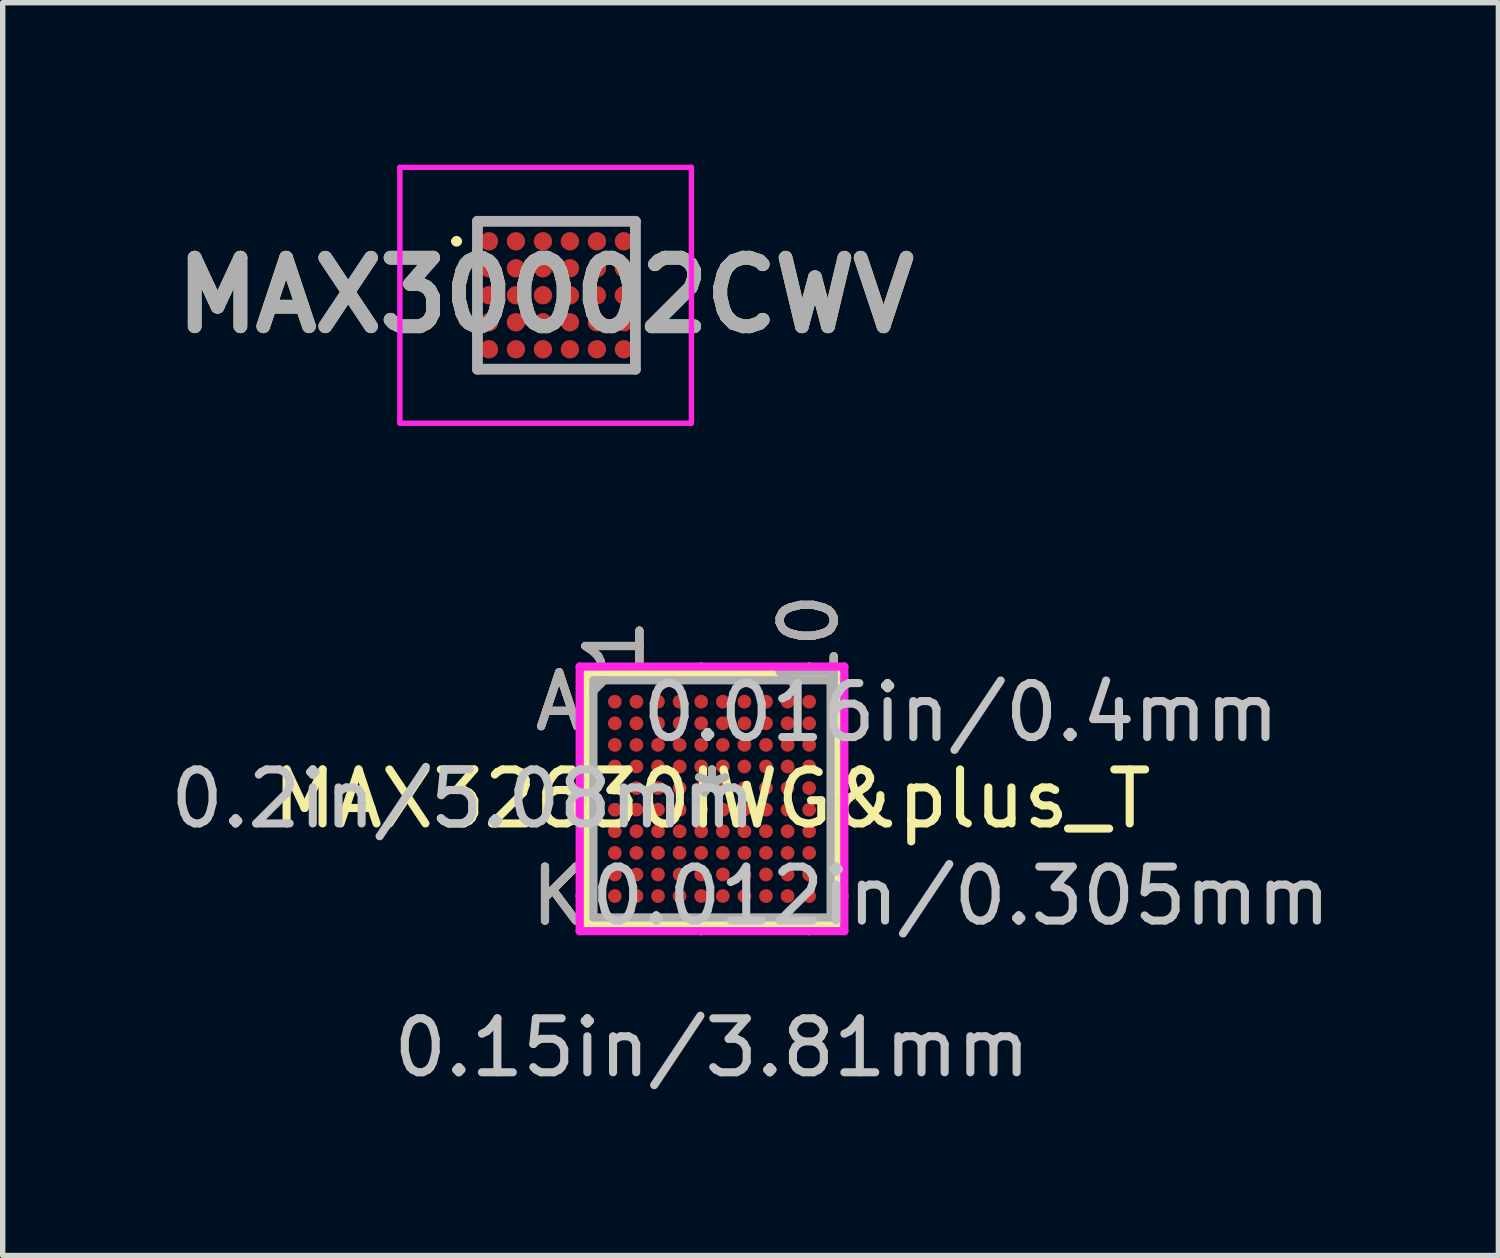
<source format=kicad_pcb>
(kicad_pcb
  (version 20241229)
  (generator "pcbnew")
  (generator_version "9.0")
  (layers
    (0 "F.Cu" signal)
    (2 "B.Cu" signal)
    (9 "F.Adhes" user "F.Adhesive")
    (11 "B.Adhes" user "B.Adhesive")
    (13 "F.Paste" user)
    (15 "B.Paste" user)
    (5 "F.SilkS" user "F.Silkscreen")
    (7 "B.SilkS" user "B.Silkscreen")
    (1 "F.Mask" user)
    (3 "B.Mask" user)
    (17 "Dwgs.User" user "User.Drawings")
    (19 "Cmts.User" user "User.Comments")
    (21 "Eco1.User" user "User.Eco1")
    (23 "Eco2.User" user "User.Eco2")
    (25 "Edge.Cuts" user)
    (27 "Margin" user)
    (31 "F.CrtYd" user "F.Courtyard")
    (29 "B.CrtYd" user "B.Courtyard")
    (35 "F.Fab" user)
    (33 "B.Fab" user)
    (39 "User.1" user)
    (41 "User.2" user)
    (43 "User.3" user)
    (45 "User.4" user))
  (footprint "MAX30002CWV"
    (layer "F.Cu")
    (at 7.258 2.42)
    (property "Reference" "MAX30002CWV" (at -0.2 0 0) (layer "F.SilkS") (effects (font (size 1.27 1.27) (thickness 0.254))))
    (attr smd)
    (fp_line (start -1.9 -1) (end -1.9 -1) (stroke (width 0.1) (type solid)) (layer "F.SilkS"))
    (fp_line (start -1.8 -1) (end -1.8 -1) (stroke (width 0.1) (type solid)) (layer "F.SilkS"))
    (fp_line (start -1.5 -1.37) (end 1.463 -1.37) (stroke (width 0.1) (type solid)) (layer "F.SilkS"))
    (fp_line (start -1.463 1.37) (end 1.5 1.37) (stroke (width 0.1) (type solid)) (layer "F.SilkS"))
    (fp_arc (start -1.9 -1) (mid -1.85 -1.05) (end -1.8 -1) (stroke (width 0.1) (type solid)) (layer "F.SilkS"))
    (fp_arc (start -1.8 -1) (mid -1.85 -0.95) (end -1.9 -1) (stroke (width 0.1) (type solid)) (layer "F.SilkS"))
    (fp_line (start -2.9 -2.37) (end 2.5 -2.37) (stroke (width 0.1) (type solid)) (layer "F.CrtYd"))
    (fp_line (start -2.9 2.37) (end -2.9 -2.37) (stroke (width 0.1) (type solid)) (layer "F.CrtYd"))
    (fp_line (start 2.5 -2.37) (end 2.5 2.37) (stroke (width 0.1) (type solid)) (layer "F.CrtYd"))
    (fp_line (start 2.5 2.37) (end -2.9 2.37) (stroke (width 0.1) (type solid)) (layer "F.CrtYd"))
    (fp_line (start -1.463 -1.37) (end 1.463 -1.37) (stroke (width 0.2) (type solid)) (layer "F.Fab"))
    (fp_line (start -1.463 1.37) (end -1.463 -1.37) (stroke (width 0.2) (type solid)) (layer "F.Fab"))
    (fp_line (start 1.463 -1.37) (end 1.463 1.37) (stroke (width 0.2) (type solid)) (layer "F.Fab"))
    (fp_line (start 1.463 1.37) (end -1.463 1.37) (stroke (width 0.2) (type solid)) (layer "F.Fab"))
    (fp_text user "${REFERENCE}" (at -0.2 0 0) (layer "F.Fab") (effects (font (size 1.27 1.27) (thickness 0.254))))
    (pad "A1" smd circle (at -1.25 -1 90) (size 0.34 0.34) (layers "F.Cu" "F.Mask" "F.Paste"))
    (pad "A2" smd circle (at -0.75 -1 90) (size 0.34 0.34) (layers "F.Cu" "F.Mask" "F.Paste"))
    (pad "A3" smd circle (at -0.25 -1 90) (size 0.34 0.34) (layers "F.Cu" "F.Mask" "F.Paste"))
    (pad "A4" smd circle (at 0.25 -1 90) (size 0.34 0.34) (layers "F.Cu" "F.Mask" "F.Paste"))
    (pad "A5" smd circle (at 0.75 -1 90) (size 0.34 0.34) (layers "F.Cu" "F.Mask" "F.Paste"))
    (pad "A6" smd circle (at 1.25 -1 90) (size 0.34 0.34) (layers "F.Cu" "F.Mask" "F.Paste"))
    (pad "B1" smd circle (at -1.25 -0.5 90) (size 0.34 0.34) (layers "F.Cu" "F.Mask" "F.Paste"))
    (pad "B2" smd circle (at -0.75 -0.5 90) (size 0.34 0.34) (layers "F.Cu" "F.Mask" "F.Paste"))
    (pad "B3" smd circle (at -0.25 -0.5 90) (size 0.34 0.34) (layers "F.Cu" "F.Mask" "F.Paste"))
    (pad "B4" smd circle (at 0.25 -0.5 90) (size 0.34 0.34) (layers "F.Cu" "F.Mask" "F.Paste"))
    (pad "B5" smd circle (at 0.75 -0.5 90) (size 0.34 0.34) (layers "F.Cu" "F.Mask" "F.Paste"))
    (pad "B6" smd circle (at 1.25 -0.5 90) (size 0.34 0.34) (layers "F.Cu" "F.Mask" "F.Paste"))
    (pad "C1" smd circle (at -1.25 0 90) (size 0.34 0.34) (layers "F.Cu" "F.Mask" "F.Paste"))
    (pad "C2" smd circle (at -0.75 0 90) (size 0.34 0.34) (layers "F.Cu" "F.Mask" "F.Paste"))
    (pad "C3" smd circle (at -0.25 0 90) (size 0.34 0.34) (layers "F.Cu" "F.Mask" "F.Paste"))
    (pad "C4" smd circle (at 0.25 0 90) (size 0.34 0.34) (layers "F.Cu" "F.Mask" "F.Paste"))
    (pad "C5" smd circle (at 0.75 0 90) (size 0.34 0.34) (layers "F.Cu" "F.Mask" "F.Paste"))
    (pad "C6" smd circle (at 1.25 0 90) (size 0.34 0.34) (layers "F.Cu" "F.Mask" "F.Paste"))
    (pad "D1" smd circle (at -1.25 0.5 90) (size 0.34 0.34) (layers "F.Cu" "F.Mask" "F.Paste"))
    (pad "D2" smd circle (at -0.75 0.5 90) (size 0.34 0.34) (layers "F.Cu" "F.Mask" "F.Paste"))
    (pad "D3" smd circle (at -0.25 0.5 90) (size 0.34 0.34) (layers "F.Cu" "F.Mask" "F.Paste"))
    (pad "D4" smd circle (at 0.25 0.5 90) (size 0.34 0.34) (layers "F.Cu" "F.Mask" "F.Paste"))
    (pad "D5" smd circle (at 0.75 0.5 90) (size 0.34 0.34) (layers "F.Cu" "F.Mask" "F.Paste"))
    (pad "D6" smd circle (at 1.25 0.5 90) (size 0.34 0.34) (layers "F.Cu" "F.Mask" "F.Paste"))
    (pad "E1" smd circle (at -1.25 1 90) (size 0.34 0.34) (layers "F.Cu" "F.Mask" "F.Paste"))
    (pad "E2" smd circle (at -0.75 1 90) (size 0.34 0.34) (layers "F.Cu" "F.Mask" "F.Paste"))
    (pad "E3" smd circle (at -0.25 1 90) (size 0.34 0.34) (layers "F.Cu" "F.Mask" "F.Paste"))
    (pad "E4" smd circle (at 0.25 1 90) (size 0.34 0.34) (layers "F.Cu" "F.Mask" "F.Paste"))
    (pad "E5" smd circle (at 0.75 1 90) (size 0.34 0.34) (layers "F.Cu" "F.Mask" "F.Paste"))
    (pad "E6" smd circle (at 1.25 1 90) (size 0.34 0.34) (layers "F.Cu" "F.Mask" "F.Paste")))
  (footprint "MAX32630IWG&plus_T"
    (layer "F.Cu")
    (at 10.14 11.749)
    (property "Reference" "MAX32630IWG&plus_T" (at 0 0 0) (layer "F.SilkS") (effects (font (size 1 1) (thickness 0.15))))
    (attr through_hole)
    (fp_line (start -2.324 -2.324) (end -2.324 2.324) (stroke (width 0.152) (type solid)) (layer "F.SilkS"))
    (fp_line (start -2.324 2.324) (end 2.324 2.324) (stroke (width 0.152) (type solid)) (layer "F.SilkS"))
    (fp_line (start -2.26 -0.2) (end -2.451 -0.2) (stroke (width 0.152) (type solid)) (layer "F.SilkS"))
    (fp_line (start -2.26 1.8) (end -2.451 1.8) (stroke (width 0.152) (type solid)) (layer "F.SilkS"))
    (fp_line (start -0.2 -2.26) (end -0.2 -2.451) (stroke (width 0.152) (type solid)) (layer "F.SilkS"))
    (fp_line (start -0.2 2.26) (end -0.2 2.451) (stroke (width 0.152) (type solid)) (layer "F.SilkS"))
    (fp_line (start 1.8 -2.26) (end 1.8 -2.451) (stroke (width 0.152) (type solid)) (layer "F.SilkS"))
    (fp_line (start 1.8 2.26) (end 1.8 2.451) (stroke (width 0.152) (type solid)) (layer "F.SilkS"))
    (fp_line (start 2.26 -0.2) (end 2.451 -0.2) (stroke (width 0.152) (type solid)) (layer "F.SilkS"))
    (fp_line (start 2.26 1.8) (end 2.451 1.8) (stroke (width 0.152) (type solid)) (layer "F.SilkS"))
    (fp_line (start 2.324 -2.324) (end -2.324 -2.324) (stroke (width 0.152) (type solid)) (layer "F.SilkS"))
    (fp_line (start 2.324 2.324) (end 2.324 -2.324) (stroke (width 0.152) (type solid)) (layer "F.SilkS"))
    (fp_line (start -2.451 -2.451) (end 2.451 -2.451) (stroke (width 0.152) (type solid)) (layer "F.CrtYd"))
    (fp_line (start -2.451 2.451) (end -2.451 -2.451) (stroke (width 0.152) (type solid)) (layer "F.CrtYd"))
    (fp_line (start 2.451 -2.451) (end 2.451 2.451) (stroke (width 0.152) (type solid)) (layer "F.CrtYd"))
    (fp_line (start 2.451 2.451) (end -2.451 2.451) (stroke (width 0.152) (type solid)) (layer "F.CrtYd"))
    (fp_line (start -2.197 -2.197) (end -2.197 2.197) (stroke (width 0.152) (type solid)) (layer "F.Fab"))
    (fp_line (start -2.197 2.197) (end 2.197 2.197) (stroke (width 0.152) (type solid)) (layer "F.Fab"))
    (fp_line (start -1.997 -2.197) (end -2.197 -1.997) (stroke (width 0.152) (type solid)) (layer "F.Fab"))
    (fp_line (start 2.197 -2.197) (end -2.197 -2.197) (stroke (width 0.152) (type solid)) (layer "F.Fab"))
    (fp_line (start 2.197 2.197) (end 2.197 -2.197) (stroke (width 0.152) (type solid)) (layer "F.Fab"))
    (fp_text user "1" (at -1.8 -2.832 90) (layer "F.SilkS") (effects (font (size 1 1) (thickness 0.15))))
    (fp_text user "*" (at 0 0 0) (layer "F.SilkS") (effects (font (size 1 1) (thickness 0.15))))
    (fp_text user "A" (at -2.832 -1.8 0) (layer "F.SilkS") (effects (font (size 1 1) (thickness 0.15))))
    (fp_text user "K" (at -2.832 1.8 0) (layer "F.SilkS") (effects (font (size 1 1) (thickness 0.15))))
    (fp_text user "10" (at 1.8 -2.832 90) (layer "F.SilkS") (effects (font (size 1 1) (thickness 0.15))))
    (fp_text user "1" (at -1.8 -2.832 90) (layer "B.SilkS") (effects (font (size 1 1) (thickness 0.15))))
    (fp_text user "10" (at 1.8 -2.832 90) (layer "B.SilkS") (effects (font (size 1 1) (thickness 0.15))))
    (fp_text user "K" (at -2.832 1.8 0) (layer "B.SilkS") (effects (font (size 1 1) (thickness 0.15))))
    (fp_text user "A" (at -2.832 -1.8 0) (layer "B.SilkS") (effects (font (size 1 1) (thickness 0.15))))
    (fp_text user "0.15in/3.81mm" (at 0 4.61 0) (layer "Dwgs.User") (effects (font (size 1 1) (thickness 0.15))))
    (fp_text user "0.012in/0.305mm" (at 4.61 1.8 0) (layer "Dwgs.User") (effects (font (size 1 1) (thickness 0.15))))
    (fp_text user "0.2in/5.08mm" (at -4.61 0 0) (layer "Dwgs.User") (effects (font (size 1 1) (thickness 0.15))))
    (fp_text user "0.016in/0.4mm" (at 4.61 -1.6 0) (layer "Dwgs.User") (effects (font (size 1 1) (thickness 0.15))))
    (fp_text user "Copyright 2016 Accelerated Designs. All rights reserved." (at 0 0 0) (layer "Cmts.User") (effects (font (size 0.127 0.127) (thickness 0.002))))
    (fp_text user "1" (at -1.8 -2.832 90) (layer "F.Fab") (effects (font (size 1 1) (thickness 0.15))))
    (fp_text user "K" (at -2.832 1.8 0) (layer "F.Fab") (effects (font (size 1 1) (thickness 0.15))))
    (fp_text user "*" (at 0 0 0) (layer "F.Fab") (effects (font (size 1 1) (thickness 0.15))))
    (fp_text user "10" (at 1.8 -2.832 90) (layer "F.Fab") (effects (font (size 1 1) (thickness 0.15))))
    (fp_text user "A" (at -2.832 -1.8 0) (layer "F.Fab") (effects (font (size 1 1) (thickness 0.15))))
    (pad "A1" smd circle (at -1.8 -1.8) (size 0.254 0.254) (layers "F.Cu" "F.Mask" "F.Paste"))
    (pad "A2" smd circle (at -1.4 -1.8) (size 0.254 0.254) (layers "F.Cu" "F.Mask" "F.Paste"))
    (pad "A3" smd circle (at -1 -1.8) (size 0.254 0.254) (layers "F.Cu" "F.Mask" "F.Paste"))
    (pad "A4" smd circle (at -0.6 -1.8) (size 0.254 0.254) (layers "F.Cu" "F.Mask" "F.Paste"))
    (pad "A5" smd circle (at -0.2 -1.8) (size 0.254 0.254) (layers "F.Cu" "F.Mask" "F.Paste"))
    (pad "A6" smd circle (at 0.2 -1.8) (size 0.254 0.254) (layers "F.Cu" "F.Mask" "F.Paste"))
    (pad "A7" smd circle (at 0.6 -1.8) (size 0.254 0.254) (layers "F.Cu" "F.Mask" "F.Paste"))
    (pad "A8" smd circle (at 1 -1.8) (size 0.254 0.254) (layers "F.Cu" "F.Mask" "F.Paste"))
    (pad "A9" smd circle (at 1.4 -1.8) (size 0.254 0.254) (layers "F.Cu" "F.Mask" "F.Paste"))
    (pad "A10" smd circle (at 1.8 -1.8) (size 0.254 0.254) (layers "F.Cu" "F.Mask" "F.Paste"))
    (pad "B1" smd circle (at -1.8 -1.4) (size 0.254 0.254) (layers "F.Cu" "F.Mask" "F.Paste"))
    (pad "B2" smd circle (at -1.4 -1.4) (size 0.254 0.254) (layers "F.Cu" "F.Mask" "F.Paste"))
    (pad "B3" smd circle (at -1 -1.4) (size 0.254 0.254) (layers "F.Cu" "F.Mask" "F.Paste"))
    (pad "B4" smd circle (at -0.6 -1.4) (size 0.254 0.254) (layers "F.Cu" "F.Mask" "F.Paste"))
    (pad "B5" smd circle (at -0.2 -1.4) (size 0.254 0.254) (layers "F.Cu" "F.Mask" "F.Paste"))
    (pad "B6" smd circle (at 0.2 -1.4) (size 0.254 0.254) (layers "F.Cu" "F.Mask" "F.Paste"))
    (pad "B7" smd circle (at 0.6 -1.4) (size 0.254 0.254) (layers "F.Cu" "F.Mask" "F.Paste"))
    (pad "B8" smd circle (at 1 -1.4) (size 0.254 0.254) (layers "F.Cu" "F.Mask" "F.Paste"))
    (pad "B9" smd circle (at 1.4 -1.4) (size 0.254 0.254) (layers "F.Cu" "F.Mask" "F.Paste"))
    (pad "B10" smd circle (at 1.8 -1.4) (size 0.254 0.254) (layers "F.Cu" "F.Mask" "F.Paste"))
    (pad "C1" smd circle (at -1.8 -1) (size 0.254 0.254) (layers "F.Cu" "F.Mask" "F.Paste"))
    (pad "C2" smd circle (at -1.4 -1) (size 0.254 0.254) (layers "F.Cu" "F.Mask" "F.Paste"))
    (pad "C3" smd circle (at -1 -1) (size 0.254 0.254) (layers "F.Cu" "F.Mask" "F.Paste"))
    (pad "C4" smd circle (at -0.6 -1) (size 0.254 0.254) (layers "F.Cu" "F.Mask" "F.Paste"))
    (pad "C5" smd circle (at -0.2 -1) (size 0.254 0.254) (layers "F.Cu" "F.Mask" "F.Paste"))
    (pad "C6" smd circle (at 0.2 -1) (size 0.254 0.254) (layers "F.Cu" "F.Mask" "F.Paste"))
    (pad "C7" smd circle (at 0.6 -1) (size 0.254 0.254) (layers "F.Cu" "F.Mask" "F.Paste"))
    (pad "C8" smd circle (at 1 -1) (size 0.254 0.254) (layers "F.Cu" "F.Mask" "F.Paste"))
    (pad "C9" smd circle (at 1.4 -1) (size 0.254 0.254) (layers "F.Cu" "F.Mask" "F.Paste"))
    (pad "C10" smd circle (at 1.8 -1) (size 0.254 0.254) (layers "F.Cu" "F.Mask" "F.Paste"))
    (pad "D1" smd circle (at -1.8 -0.6) (size 0.254 0.254) (layers "F.Cu" "F.Mask" "F.Paste"))
    (pad "D2" smd circle (at -1.4 -0.6) (size 0.254 0.254) (layers "F.Cu" "F.Mask" "F.Paste"))
    (pad "D3" smd circle (at -1 -0.6) (size 0.254 0.254) (layers "F.Cu" "F.Mask" "F.Paste"))
    (pad "D4" smd circle (at -0.6 -0.6) (size 0.254 0.254) (layers "F.Cu" "F.Mask" "F.Paste"))
    (pad "D5" smd circle (at -0.2 -0.6) (size 0.254 0.254) (layers "F.Cu" "F.Mask" "F.Paste"))
    (pad "D6" smd circle (at 0.2 -0.6) (size 0.254 0.254) (layers "F.Cu" "F.Mask" "F.Paste"))
    (pad "D7" smd circle (at 0.6 -0.6) (size 0.254 0.254) (layers "F.Cu" "F.Mask" "F.Paste"))
    (pad "D8" smd circle (at 1 -0.6) (size 0.254 0.254) (layers "F.Cu" "F.Mask" "F.Paste"))
    (pad "D9" smd circle (at 1.4 -0.6) (size 0.254 0.254) (layers "F.Cu" "F.Mask" "F.Paste"))
    (pad "D10" smd circle (at 1.8 -0.6) (size 0.254 0.254) (layers "F.Cu" "F.Mask" "F.Paste"))
    (pad "E1" smd circle (at -1.8 -0.2) (size 0.254 0.254) (layers "F.Cu" "F.Mask" "F.Paste"))
    (pad "E2" smd circle (at -1.4 -0.2) (size 0.254 0.254) (layers "F.Cu" "F.Mask" "F.Paste"))
    (pad "E3" smd circle (at -1 -0.2) (size 0.254 0.254) (layers "F.Cu" "F.Mask" "F.Paste"))
    (pad "E4" smd circle (at -0.6 -0.2) (size 0.254 0.254) (layers "F.Cu" "F.Mask" "F.Paste"))
    (pad "E5" smd circle (at -0.2 -0.2) (size 0.254 0.254) (layers "F.Cu" "F.Mask" "F.Paste"))
    (pad "E6" smd circle (at 0.2 -0.2) (size 0.254 0.254) (layers "F.Cu" "F.Mask" "F.Paste"))
    (pad "E7" smd circle (at 0.6 -0.2) (size 0.254 0.254) (layers "F.Cu" "F.Mask" "F.Paste"))
    (pad "E8" smd circle (at 1 -0.2) (size 0.254 0.254) (layers "F.Cu" "F.Mask" "F.Paste"))
    (pad "E9" smd circle (at 1.4 -0.2) (size 0.254 0.254) (layers "F.Cu" "F.Mask" "F.Paste"))
    (pad "E10" smd circle (at 1.8 -0.2) (size 0.254 0.254) (layers "F.Cu" "F.Mask" "F.Paste"))
    (pad "F1" smd circle (at -1.8 0.2) (size 0.254 0.254) (layers "F.Cu" "F.Mask" "F.Paste"))
    (pad "F2" smd circle (at -1.4 0.2) (size 0.254 0.254) (layers "F.Cu" "F.Mask" "F.Paste"))
    (pad "F3" smd circle (at -1 0.2) (size 0.254 0.254) (layers "F.Cu" "F.Mask" "F.Paste"))
    (pad "F4" smd circle (at -0.6 0.2) (size 0.254 0.254) (layers "F.Cu" "F.Mask" "F.Paste"))
    (pad "F5" smd circle (at -0.2 0.2) (size 0.254 0.254) (layers "F.Cu" "F.Mask" "F.Paste"))
    (pad "F6" smd circle (at 0.2 0.2) (size 0.254 0.254) (layers "F.Cu" "F.Mask" "F.Paste"))
    (pad "F7" smd circle (at 0.6 0.2) (size 0.254 0.254) (layers "F.Cu" "F.Mask" "F.Paste"))
    (pad "F8" smd circle (at 1 0.2) (size 0.254 0.254) (layers "F.Cu" "F.Mask" "F.Paste"))
    (pad "F9" smd circle (at 1.4 0.2) (size 0.254 0.254) (layers "F.Cu" "F.Mask" "F.Paste"))
    (pad "F10" smd circle (at 1.8 0.2) (size 0.254 0.254) (layers "F.Cu" "F.Mask" "F.Paste"))
    (pad "G1" smd circle (at -1.8 0.6) (size 0.254 0.254) (layers "F.Cu" "F.Mask" "F.Paste"))
    (pad "G2" smd circle (at -1.4 0.6) (size 0.254 0.254) (layers "F.Cu" "F.Mask" "F.Paste"))
    (pad "G3" smd circle (at -1 0.6) (size 0.254 0.254) (layers "F.Cu" "F.Mask" "F.Paste"))
    (pad "G4" smd circle (at -0.6 0.6) (size 0.254 0.254) (layers "F.Cu" "F.Mask" "F.Paste"))
    (pad "G5" smd circle (at -0.2 0.6) (size 0.254 0.254) (layers "F.Cu" "F.Mask" "F.Paste"))
    (pad "G6" smd circle (at 0.2 0.6) (size 0.254 0.254) (layers "F.Cu" "F.Mask" "F.Paste"))
    (pad "G7" smd circle (at 0.6 0.6) (size 0.254 0.254) (layers "F.Cu" "F.Mask" "F.Paste"))
    (pad "G8" smd circle (at 1 0.6) (size 0.254 0.254) (layers "F.Cu" "F.Mask" "F.Paste"))
    (pad "G9" smd circle (at 1.4 0.6) (size 0.254 0.254) (layers "F.Cu" "F.Mask" "F.Paste"))
    (pad "G10" smd circle (at 1.8 0.6) (size 0.254 0.254) (layers "F.Cu" "F.Mask" "F.Paste"))
    (pad "H1" smd circle (at -1.8 1) (size 0.254 0.254) (layers "F.Cu" "F.Mask" "F.Paste"))
    (pad "H2" smd circle (at -1.4 1) (size 0.254 0.254) (layers "F.Cu" "F.Mask" "F.Paste"))
    (pad "H3" smd circle (at -1 1) (size 0.254 0.254) (layers "F.Cu" "F.Mask" "F.Paste"))
    (pad "H4" smd circle (at -0.6 1) (size 0.254 0.254) (layers "F.Cu" "F.Mask" "F.Paste"))
    (pad "H5" smd circle (at -0.2 1) (size 0.254 0.254) (layers "F.Cu" "F.Mask" "F.Paste"))
    (pad "H6" smd circle (at 0.2 1) (size 0.254 0.254) (layers "F.Cu" "F.Mask" "F.Paste"))
    (pad "H7" smd circle (at 0.6 1) (size 0.254 0.254) (layers "F.Cu" "F.Mask" "F.Paste"))
    (pad "H8" smd circle (at 1 1) (size 0.254 0.254) (layers "F.Cu" "F.Mask" "F.Paste"))
    (pad "H9" smd circle (at 1.4 1) (size 0.254 0.254) (layers "F.Cu" "F.Mask" "F.Paste"))
    (pad "H10" smd circle (at 1.8 1) (size 0.254 0.254) (layers "F.Cu" "F.Mask" "F.Paste"))
    (pad "J1" smd circle (at -1.8 1.4) (size 0.254 0.254) (layers "F.Cu" "F.Mask" "F.Paste"))
    (pad "J2" smd circle (at -1.4 1.4) (size 0.254 0.254) (layers "F.Cu" "F.Mask" "F.Paste"))
    (pad "J3" smd circle (at -1 1.4) (size 0.254 0.254) (layers "F.Cu" "F.Mask" "F.Paste"))
    (pad "J4" smd circle (at -0.6 1.4) (size 0.254 0.254) (layers "F.Cu" "F.Mask" "F.Paste"))
    (pad "J5" smd circle (at -0.2 1.4) (size 0.254 0.254) (layers "F.Cu" "F.Mask" "F.Paste"))
    (pad "J6" smd circle (at 0.2 1.4) (size 0.254 0.254) (layers "F.Cu" "F.Mask" "F.Paste"))
    (pad "J7" smd circle (at 0.6 1.4) (size 0.254 0.254) (layers "F.Cu" "F.Mask" "F.Paste"))
    (pad "J8" smd circle (at 1 1.4) (size 0.254 0.254) (layers "F.Cu" "F.Mask" "F.Paste"))
    (pad "J9" smd circle (at 1.4 1.4) (size 0.254 0.254) (layers "F.Cu" "F.Mask" "F.Paste"))
    (pad "J10" smd circle (at 1.8 1.4) (size 0.254 0.254) (layers "F.Cu" "F.Mask" "F.Paste"))
    (pad "K1" smd circle (at -1.8 1.8) (size 0.254 0.254) (layers "F.Cu" "F.Mask" "F.Paste"))
    (pad "K2" smd circle (at -1.4 1.8) (size 0.254 0.254) (layers "F.Cu" "F.Mask" "F.Paste"))
    (pad "K3" smd circle (at -1 1.8) (size 0.254 0.254) (layers "F.Cu" "F.Mask" "F.Paste"))
    (pad "K4" smd circle (at -0.6 1.8) (size 0.254 0.254) (layers "F.Cu" "F.Mask" "F.Paste"))
    (pad "K5" smd circle (at -0.2 1.8) (size 0.254 0.254) (layers "F.Cu" "F.Mask" "F.Paste"))
    (pad "K6" smd circle (at 0.2 1.8) (size 0.254 0.254) (layers "F.Cu" "F.Mask" "F.Paste"))
    (pad "K7" smd circle (at 0.6 1.8) (size 0.254 0.254) (layers "F.Cu" "F.Mask" "F.Paste"))
    (pad "K8" smd circle (at 1 1.8) (size 0.254 0.254) (layers "F.Cu" "F.Mask" "F.Paste"))
    (pad "K9" smd circle (at 1.4 1.8) (size 0.254 0.254) (layers "F.Cu" "F.Mask" "F.Paste"))
    (pad "K10" smd circle (at 1.8 1.8) (size 0.254 0.254) (layers "F.Cu" "F.Mask" "F.Paste")))
  (gr_rect
    (start -3 -3)
    (end 24.708 20.208)
    (stroke (width 0.1) (type default))
    (fill no)
    (layer "Edge.Cuts")))
</source>
